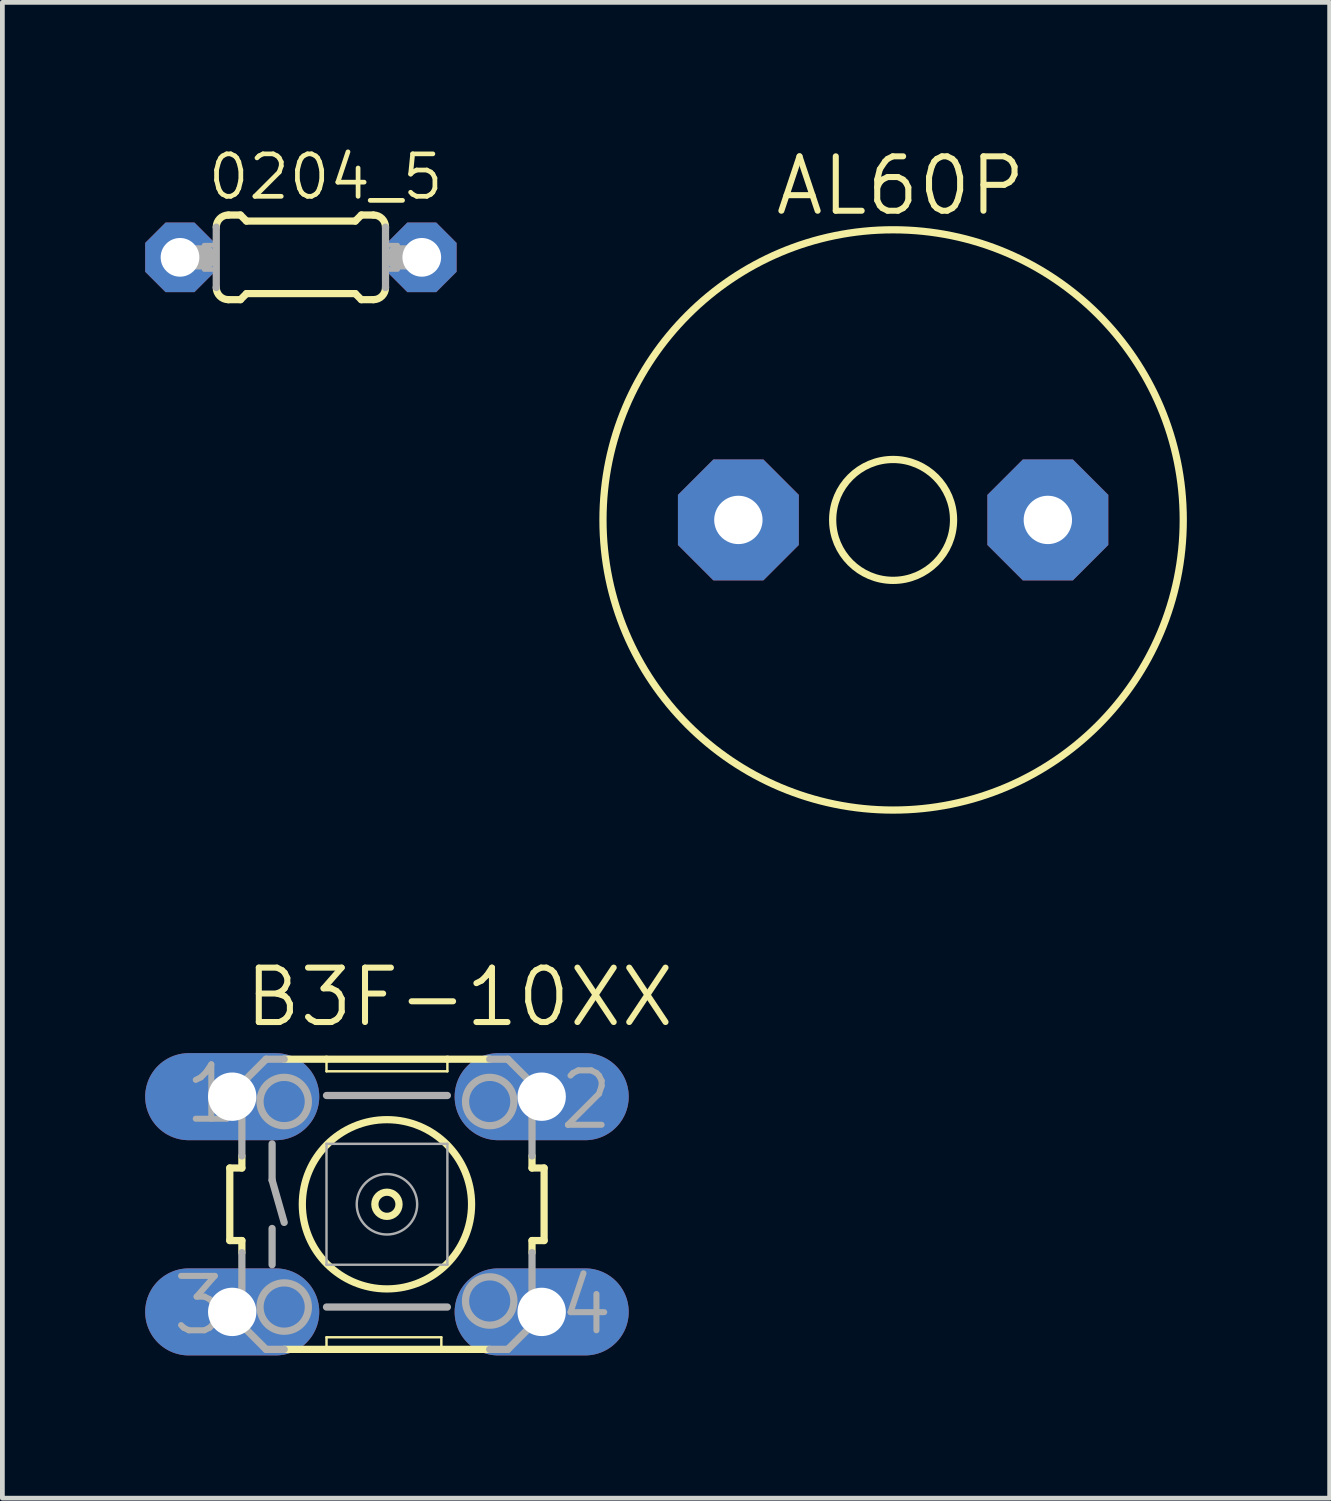
<source format=kicad_pcb>
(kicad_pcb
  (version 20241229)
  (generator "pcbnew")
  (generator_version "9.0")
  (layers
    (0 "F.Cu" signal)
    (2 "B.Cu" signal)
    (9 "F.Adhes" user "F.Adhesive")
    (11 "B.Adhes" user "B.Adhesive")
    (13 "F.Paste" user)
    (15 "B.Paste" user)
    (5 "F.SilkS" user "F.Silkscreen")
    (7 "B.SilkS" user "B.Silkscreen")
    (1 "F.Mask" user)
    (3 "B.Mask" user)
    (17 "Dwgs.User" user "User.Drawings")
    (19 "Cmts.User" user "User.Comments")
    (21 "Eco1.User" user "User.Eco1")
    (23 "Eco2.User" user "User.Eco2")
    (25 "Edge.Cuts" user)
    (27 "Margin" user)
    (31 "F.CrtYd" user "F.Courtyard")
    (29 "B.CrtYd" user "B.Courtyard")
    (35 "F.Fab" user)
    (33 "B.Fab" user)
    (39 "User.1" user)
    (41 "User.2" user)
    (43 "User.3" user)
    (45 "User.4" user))
  (footprint "0204_5"
    (layer "F.Cu")
    (at 3.272 2.357)
    (property "Reference" "0204_5" (at -2.007 -1.168 0) (layer "F.SilkS") (effects (font (size 0.892 0.892) (thickness 0.099)) (justify left bottom)))
    (fp_line (start -1.524 -0.889) (end -1.27 -0.889) (stroke (width 0.152) (type solid)) (layer "F.SilkS"))
    (fp_line (start -1.524 0.889) (end -1.27 0.889) (stroke (width 0.152) (type solid)) (layer "F.SilkS"))
    (fp_line (start -1.143 -0.762) (end -1.27 -0.889) (stroke (width 0.152) (type solid)) (layer "F.SilkS"))
    (fp_line (start -1.143 0.762) (end -1.27 0.889) (stroke (width 0.152) (type solid)) (layer "F.SilkS"))
    (fp_line (start 1.143 -0.762) (end -1.143 -0.762) (stroke (width 0.152) (type solid)) (layer "F.SilkS"))
    (fp_line (start 1.143 -0.762) (end 1.27 -0.889) (stroke (width 0.152) (type solid)) (layer "F.SilkS"))
    (fp_line (start 1.143 0.762) (end -1.143 0.762) (stroke (width 0.152) (type solid)) (layer "F.SilkS"))
    (fp_line (start 1.143 0.762) (end 1.27 0.889) (stroke (width 0.152) (type solid)) (layer "F.SilkS"))
    (fp_line (start 1.524 -0.889) (end 1.27 -0.889) (stroke (width 0.152) (type solid)) (layer "F.SilkS"))
    (fp_line (start 1.524 0.889) (end 1.27 0.889) (stroke (width 0.152) (type solid)) (layer "F.SilkS"))
    (fp_arc (start -1.778 -0.635) (mid -1.703605 -0.814605) (end -1.524 -0.889) (stroke (width 0.1524) (type solid)) (layer "F.SilkS"))
    (fp_arc (start -1.524 0.889) (mid -1.703605 0.814605) (end -1.778 0.635) (stroke (width 0.1524) (type solid)) (layer "F.SilkS"))
    (fp_arc (start 1.524 -0.889) (mid 1.703605 -0.814605) (end 1.778 -0.635) (stroke (width 0.1524) (type solid)) (layer "F.SilkS"))
    (fp_arc (start 1.778 0.635) (mid 1.703605 0.814605) (end 1.524 0.889) (stroke (width 0.1524) (type solid)) (layer "F.SilkS"))
    (fp_line (start -2.54 0) (end -2.032 0) (stroke (width 0.508) (type solid)) (layer "F.Fab"))
    (fp_line (start -1.778 0.635) (end -1.778 -0.635) (stroke (width 0.152) (type solid)) (layer "F.Fab"))
    (fp_line (start 1.778 0.635) (end 1.778 -0.635) (stroke (width 0.152) (type solid)) (layer "F.Fab"))
    (fp_line (start 2.54 0) (end 2.032 0) (stroke (width 0.508) (type solid)) (layer "F.Fab"))
    (fp_poly (pts (xy -2.032 0.254) (xy -1.778 0.254) (xy -1.778 -0.254) (xy -2.032 -0.254)) (stroke (width 0.1) (type default)) (fill no) (layer "F.Fab"))
    (fp_poly (pts (xy 1.778 0.254) (xy 2.032 0.254) (xy 2.032 -0.254) (xy 1.778 -0.254)) (stroke (width 0.1) (type default)) (fill no) (layer "F.Fab"))
    (pad "1" thru_hole roundrect (at -2.54 0) (size 1.463 1.463) (drill 0.813) (layers "*.Cu" "*.Mask") (roundrect_rratio 0.25) (chamfer_ratio 0.293) (chamfer top_left top_right bottom_left bottom_right))
    (pad "2" thru_hole roundrect (at 2.54 0) (size 1.463 1.463) (drill 0.813) (layers "*.Cu" "*.Mask") (roundrect_rratio 0.25) (chamfer_ratio 0.293) (chamfer top_left top_right bottom_left bottom_right)))
  (footprint "AL60P"
    (layer "F.Cu")
    (at 15.715 7.874)
    (property "Reference" "AL60P" (at -2.54 -6.35 0) (layer "F.SilkS") (effects (font (size 1.143 1.143) (thickness 0.127)) (justify left bottom)))
    (fp_circle (center 0 0) (end 1.27 0) (stroke (width 0.152) (type solid)) (fill no) (layer "F.SilkS"))
    (fp_circle (center 0 0) (end 6.096 0) (stroke (width 0.152) (type solid)) (fill no) (layer "F.SilkS"))
    (pad "1" thru_hole roundrect (at -3.251 0) (size 2.54 2.54) (drill 1.016) (layers "*.Cu" "*.Mask") (roundrect_rratio 0.25) (chamfer_ratio 0.293) (chamfer top_left top_right bottom_left bottom_right))
    (pad "2" thru_hole roundrect (at 3.251 0) (size 2.54 2.54) (drill 1.016) (layers "*.Cu" "*.Mask") (roundrect_rratio 0.25) (chamfer_ratio 0.293) (chamfer top_left top_right bottom_left bottom_right)))
  (footprint "B3F-10XX"
    (layer "F.Cu")
    (at 5.08 22.253)
    (property "Reference" "B3F-10XX" (at -3.048 -3.683 0) (layer "F.SilkS") (effects (font (size 1.143 1.143) (thickness 0.127)) (justify left bottom)))
    (fp_line (start -3.302 -0.762) (end -3.302 0.762) (stroke (width 0.152) (type solid)) (layer "F.SilkS"))
    (fp_line (start -3.302 -0.762) (end -3.048 -0.762) (stroke (width 0.152) (type solid)) (layer "F.SilkS"))
    (fp_line (start -3.048 -0.762) (end -3.048 -1.016) (stroke (width 0.152) (type solid)) (layer "F.SilkS"))
    (fp_line (start -3.048 0.762) (end -3.302 0.762) (stroke (width 0.152) (type solid)) (layer "F.SilkS"))
    (fp_line (start -3.048 0.762) (end -3.048 1.016) (stroke (width 0.152) (type solid)) (layer "F.SilkS"))
    (fp_line (start -2.159 3.048) (end -1.27 3.048) (stroke (width 0.152) (type solid)) (layer "F.SilkS"))
    (fp_line (start -1.27 -3.048) (end -2.159 -3.048) (stroke (width 0.152) (type solid)) (layer "F.SilkS"))
    (fp_line (start -1.27 -3.048) (end -1.27 -2.794) (stroke (width 0.051) (type solid)) (layer "F.SilkS"))
    (fp_line (start -1.27 2.794) (end -1.27 3.048) (stroke (width 0.051) (type solid)) (layer "F.SilkS"))
    (fp_line (start -1.27 3.048) (end 1.143 3.048) (stroke (width 0.152) (type solid)) (layer "F.SilkS"))
    (fp_line (start 1.143 2.794) (end -1.27 2.794) (stroke (width 0.051) (type solid)) (layer "F.SilkS"))
    (fp_line (start 1.143 2.794) (end 1.143 3.048) (stroke (width 0.051) (type solid)) (layer "F.SilkS"))
    (fp_line (start 1.143 3.048) (end 2.159 3.048) (stroke (width 0.152) (type solid)) (layer "F.SilkS"))
    (fp_line (start 1.27 -3.048) (end -1.27 -3.048) (stroke (width 0.152) (type solid)) (layer "F.SilkS"))
    (fp_line (start 1.27 -2.794) (end -1.27 -2.794) (stroke (width 0.051) (type solid)) (layer "F.SilkS"))
    (fp_line (start 1.27 -2.794) (end 1.27 -3.048) (stroke (width 0.051) (type solid)) (layer "F.SilkS"))
    (fp_line (start 2.159 -3.048) (end 1.27 -3.048) (stroke (width 0.152) (type solid)) (layer "F.SilkS"))
    (fp_line (start 3.048 -0.762) (end 3.048 -1.016) (stroke (width 0.152) (type solid)) (layer "F.SilkS"))
    (fp_line (start 3.048 -0.762) (end 3.302 -0.762) (stroke (width 0.152) (type solid)) (layer "F.SilkS"))
    (fp_line (start 3.048 0.762) (end 3.048 1.016) (stroke (width 0.152) (type solid)) (layer "F.SilkS"))
    (fp_line (start 3.302 0.762) (end 3.048 0.762) (stroke (width 0.152) (type solid)) (layer "F.SilkS"))
    (fp_line (start 3.302 0.762) (end 3.302 -0.762) (stroke (width 0.152) (type solid)) (layer "F.SilkS"))
    (fp_circle (center 0 0) (end 0.254 0) (stroke (width 0.152) (type solid)) (fill no) (layer "F.SilkS"))
    (fp_circle (center 0 0) (end 1.778 0) (stroke (width 0.152) (type solid)) (fill no) (layer "F.SilkS"))
    (fp_line (start -3.048 -2.54) (end -3.048 -1.016) (stroke (width 0.152) (type solid)) (layer "F.Fab"))
    (fp_line (start -3.048 2.54) (end -3.048 1.016) (stroke (width 0.152) (type solid)) (layer "F.Fab"))
    (fp_line (start -2.54 -3.048) (end -3.048 -2.54) (stroke (width 0.152) (type solid)) (layer "F.Fab"))
    (fp_line (start -2.54 -3.048) (end -2.159 -3.048) (stroke (width 0.152) (type solid)) (layer "F.Fab"))
    (fp_line (start -2.54 3.048) (end -3.048 2.54) (stroke (width 0.152) (type solid)) (layer "F.Fab"))
    (fp_line (start -2.54 3.048) (end -2.159 3.048) (stroke (width 0.152) (type solid)) (layer "F.Fab"))
    (fp_line (start -2.413 -1.27) (end -2.413 -0.508) (stroke (width 0.152) (type solid)) (layer "F.Fab"))
    (fp_line (start -2.413 -0.508) (end -2.159 0.381) (stroke (width 0.152) (type solid)) (layer "F.Fab"))
    (fp_line (start -2.413 0.508) (end -2.413 1.27) (stroke (width 0.152) (type solid)) (layer "F.Fab"))
    (fp_line (start -1.27 -1.27) (end -1.27 1.27) (stroke (width 0.051) (type solid)) (layer "F.Fab"))
    (fp_line (start -1.27 -1.27) (end 1.27 -1.27) (stroke (width 0.051) (type solid)) (layer "F.Fab"))
    (fp_line (start -1.27 2.159) (end 1.27 2.159) (stroke (width 0.152) (type solid)) (layer "F.Fab"))
    (fp_line (start 1.27 -2.286) (end -1.27 -2.286) (stroke (width 0.152) (type solid)) (layer "F.Fab"))
    (fp_line (start 1.27 1.27) (end -1.27 1.27) (stroke (width 0.051) (type solid)) (layer "F.Fab"))
    (fp_line (start 1.27 1.27) (end 1.27 -1.27) (stroke (width 0.051) (type solid)) (layer "F.Fab"))
    (fp_line (start 2.54 -3.048) (end 2.159 -3.048) (stroke (width 0.152) (type solid)) (layer "F.Fab"))
    (fp_line (start 2.54 3.048) (end 2.159 3.048) (stroke (width 0.152) (type solid)) (layer "F.Fab"))
    (fp_line (start 2.54 3.048) (end 3.048 2.54) (stroke (width 0.152) (type solid)) (layer "F.Fab"))
    (fp_line (start 3.048 -2.54) (end 2.54 -3.048) (stroke (width 0.152) (type solid)) (layer "F.Fab"))
    (fp_line (start 3.048 -1.016) (end 3.048 -2.54) (stroke (width 0.152) (type solid)) (layer "F.Fab"))
    (fp_line (start 3.048 2.54) (end 3.048 1.016) (stroke (width 0.152) (type solid)) (layer "F.Fab"))
    (fp_circle (center -2.159 -2.159) (end -1.651 -2.159) (stroke (width 0.152) (type solid)) (fill no) (layer "F.Fab"))
    (fp_circle (center -2.159 2.159) (end -1.651 2.159) (stroke (width 0.152) (type solid)) (fill no) (layer "F.Fab"))
    (fp_circle (center 0 0) (end 0.635 0) (stroke (width 0.051) (type solid)) (fill no) (layer "F.Fab"))
    (fp_circle (center 2.159 -2.159) (end 2.667 -2.159) (stroke (width 0.152) (type solid)) (fill no) (layer "F.Fab"))
    (fp_circle (center 2.159 2.032) (end 2.667 2.032) (stroke (width 0.152) (type solid)) (fill no) (layer "F.Fab"))
    (fp_text user "3" (at -4.572 2.794 0) (layer "F.Fab") (effects (font (size 1.143 1.143) (thickness 0.127)) (justify left bottom)))
    (fp_text user "4" (at 3.556 2.794 0) (layer "F.Fab") (effects (font (size 1.143 1.143) (thickness 0.127)) (justify left bottom)))
    (fp_text user "1" (at -4.318 -1.651 0) (layer "F.Fab") (effects (font (size 1.143 1.143) (thickness 0.127)) (justify left bottom)))
    (fp_text user "2" (at 3.556 -1.524 0) (layer "F.Fab") (effects (font (size 1.143 1.143) (thickness 0.127)) (justify left bottom)))
    (pad "1" thru_hole oval (at -3.251 -2.261) (size 3.658 1.829) (drill 1.016) (layers "*.Cu" "*.Mask"))
    (pad "2" thru_hole oval (at 3.251 -2.261) (size 3.658 1.829) (drill 1.016) (layers "*.Cu" "*.Mask"))
    (pad "3" thru_hole oval (at -3.251 2.261) (size 3.658 1.829) (drill 1.016) (layers "*.Cu" "*.Mask"))
    (pad "4" thru_hole oval (at 3.251 2.261) (size 3.658 1.829) (drill 1.016) (layers "*.Cu" "*.Mask")))
  (gr_rect
    (start -3 -3)
    (end 24.887 28.428)
    (stroke (width 0.1) (type default))
    (fill no)
    (layer "Edge.Cuts")))
</source>
